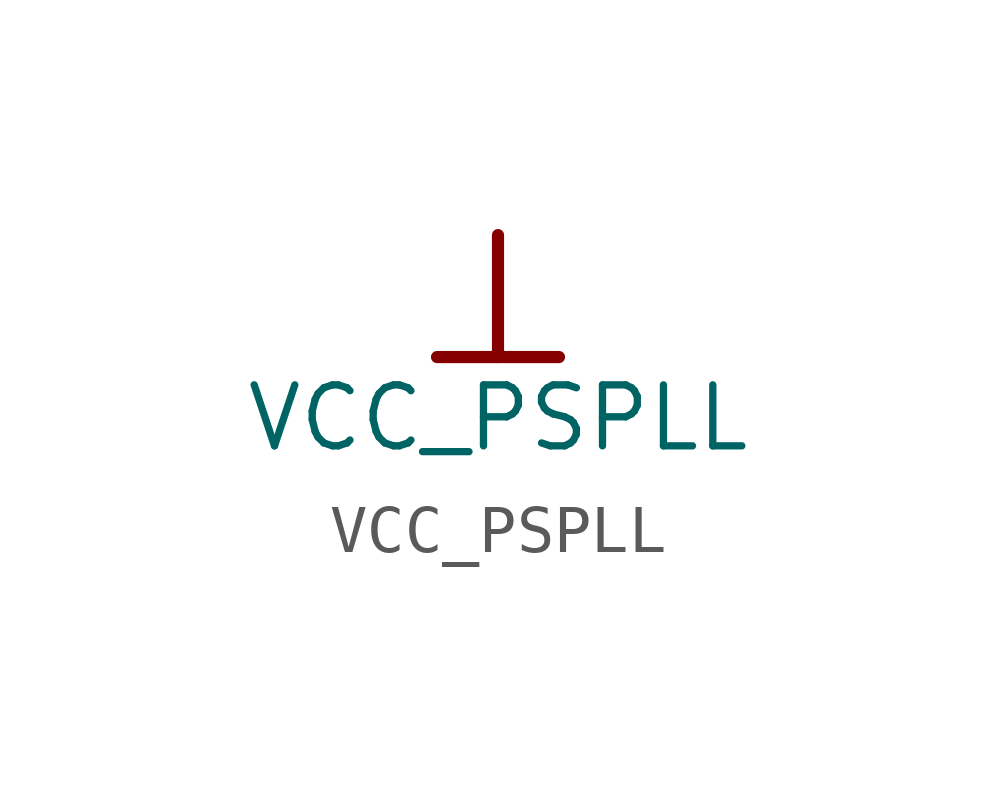
<source format=kicad_sym>
(kicad_symbol_lib
  (version 20231120)
  (generator "kicad_symbol_editor")
  (generator_version "8.0")
  (symbol "VCC_PSPLL"
    (power)
    (property "Reference" "#PWR0182"
      (at 0 0 0)
      (effects (font (size 1.27 1.27)) (hide yes)))
    (property "Value" "VCC_PSPLL"
      (at 0 -3.81 0)
      (effects (font (size 1.27 1.27))))
    (symbol "VCC_PSPLL_0_0"
      (polyline (pts (xy -1.27 -2.54) (xy 1.27 -2.54)) (stroke (width 0.254) (type solid)) (fill (type none)))
      (polyline (pts (xy 0 0) (xy 0 -2.54)) (stroke (width 0.254) (type solid)) (fill (type none)))
      (pin power_in line (at 0 0 0) (length 0) hide (name "VCC_PSPLL" (effects (font (size 1.27 1.27)))) (number "" (effects (font (size 1.27 1.27))))))))
</source>
